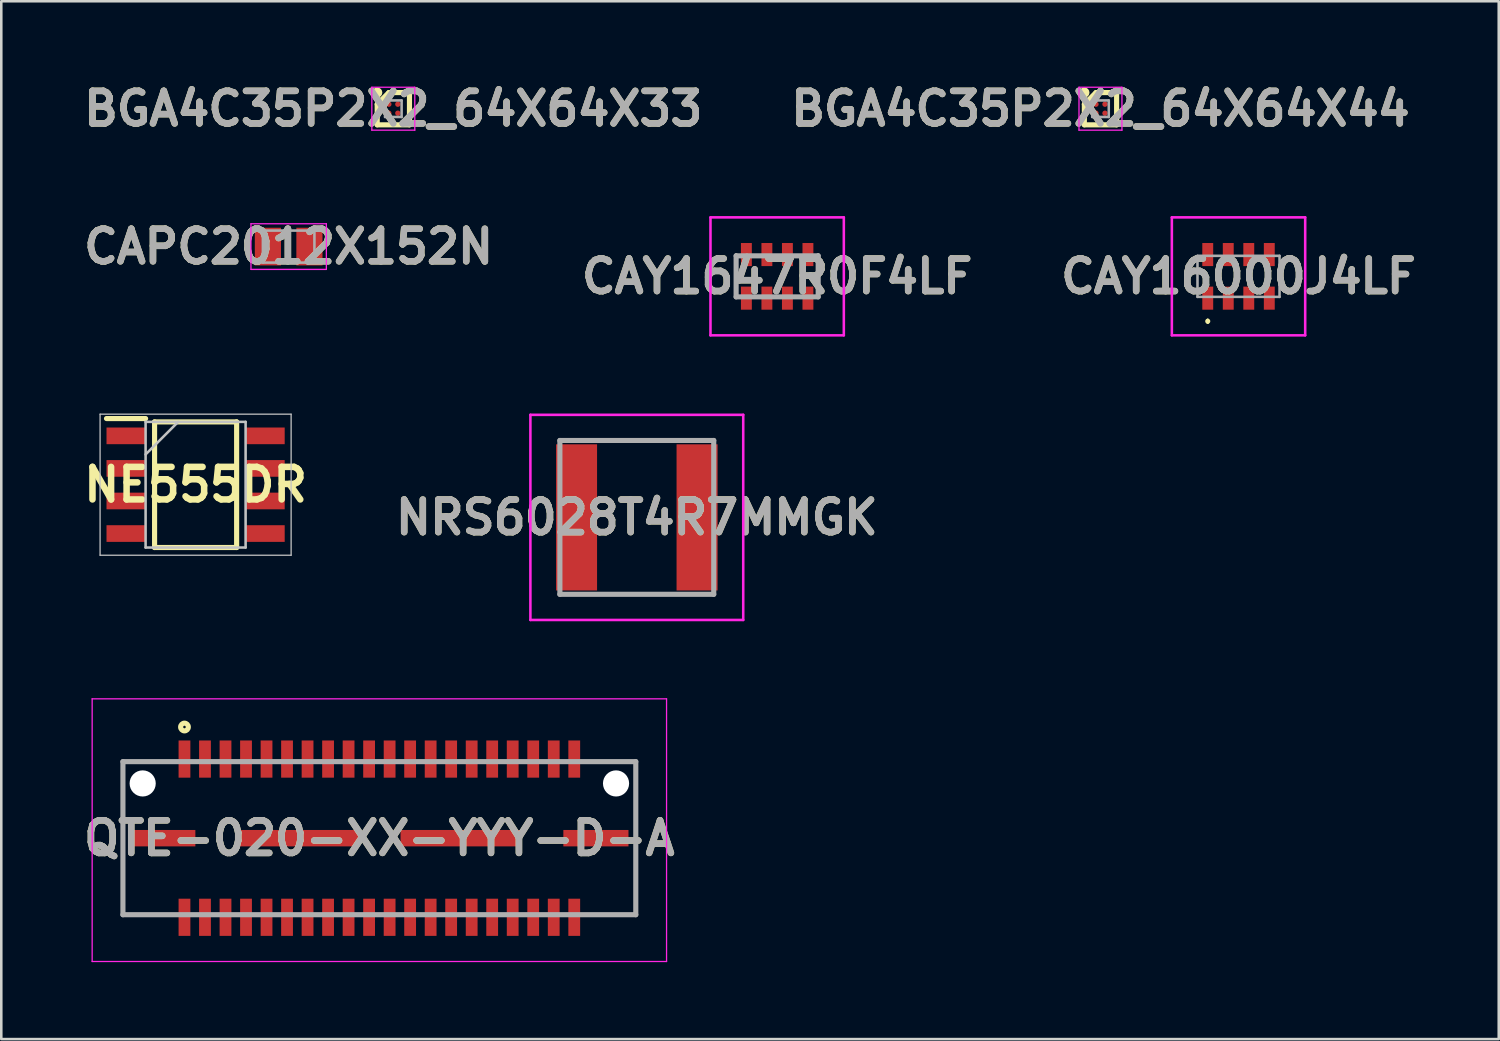
<source format=kicad_pcb>
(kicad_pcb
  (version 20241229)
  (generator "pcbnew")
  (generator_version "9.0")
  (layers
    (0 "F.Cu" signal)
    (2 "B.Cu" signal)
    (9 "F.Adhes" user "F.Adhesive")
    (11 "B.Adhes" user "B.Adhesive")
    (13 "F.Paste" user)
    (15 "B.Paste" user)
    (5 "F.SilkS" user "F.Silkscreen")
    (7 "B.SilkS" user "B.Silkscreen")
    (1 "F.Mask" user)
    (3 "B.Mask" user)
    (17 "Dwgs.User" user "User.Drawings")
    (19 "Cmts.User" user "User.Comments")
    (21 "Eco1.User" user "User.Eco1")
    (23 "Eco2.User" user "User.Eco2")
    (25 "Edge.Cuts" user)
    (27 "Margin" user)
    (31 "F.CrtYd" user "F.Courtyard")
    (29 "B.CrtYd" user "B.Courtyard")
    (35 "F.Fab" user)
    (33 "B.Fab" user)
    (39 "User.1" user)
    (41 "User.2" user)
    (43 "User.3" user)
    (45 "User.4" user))
  (footprint "CAY16000J4LF"
    (layer "F.Cu")
    (at 45.249 7.727)
    (property "Reference" "CAY16000J4LF" (at 0 0 0) (layer "F.SilkS") (effects (font (size 1.27 1.27) (thickness 0.254))))
    (attr smd)
    (fp_line (start -1.2 1.7) (end -1.2 1.7) (stroke (width 0.1) (type solid)) (layer "F.SilkS"))
    (fp_line (start -1.2 1.8) (end -1.2 1.8) (stroke (width 0.1) (type solid)) (layer "F.SilkS"))
    (fp_arc (start -1.2 1.7) (mid -1.15 1.75) (end -1.2 1.8) (stroke (width 0.1) (type solid)) (layer "F.SilkS"))
    (fp_arc (start -1.2 1.8) (mid -1.25 1.75) (end -1.2 1.7) (stroke (width 0.1) (type solid)) (layer "F.SilkS"))
    (fp_line (start -2.6 -2.3) (end 2.6 -2.3) (stroke (width 0.1) (type solid)) (layer "F.CrtYd"))
    (fp_line (start -2.6 2.3) (end -2.6 -2.3) (stroke (width 0.1) (type solid)) (layer "F.CrtYd"))
    (fp_line (start 2.6 -2.3) (end 2.6 2.3) (stroke (width 0.1) (type solid)) (layer "F.CrtYd"))
    (fp_line (start 2.6 2.3) (end -2.6 2.3) (stroke (width 0.1) (type solid)) (layer "F.CrtYd"))
    (fp_line (start -1.6 -0.8) (end -1.6 0.8) (stroke (width 0.1) (type solid)) (layer "F.Fab"))
    (fp_line (start -1.6 0.8) (end 1.6 0.8) (stroke (width 0.1) (type solid)) (layer "F.Fab"))
    (fp_line (start 1.6 -0.8) (end -1.6 -0.8) (stroke (width 0.1) (type solid)) (layer "F.Fab"))
    (fp_line (start 1.6 0.8) (end 1.6 -0.8) (stroke (width 0.1) (type solid)) (layer "F.Fab"))
    (fp_text user "${REFERENCE}" (at 0 0 0) (layer "F.Fab") (effects (font (size 1.27 1.27) (thickness 0.254))))
    (pad "1" smd rect (at -1.2 0.85) (size 0.425 0.9) (layers "F.Cu" "F.Mask" "F.Paste"))
    (pad "2" smd rect (at -0.4 0.85) (size 0.425 0.9) (layers "F.Cu" "F.Mask" "F.Paste"))
    (pad "3" smd rect (at 0.4 0.85) (size 0.425 0.9) (layers "F.Cu" "F.Mask" "F.Paste"))
    (pad "4" smd rect (at 1.2 0.85) (size 0.425 0.9) (layers "F.Cu" "F.Mask" "F.Paste"))
    (pad "5" smd rect (at 1.2 -0.85) (size 0.425 0.9) (layers "F.Cu" "F.Mask" "F.Paste"))
    (pad "6" smd rect (at 0.4 -0.85) (size 0.425 0.9) (layers "F.Cu" "F.Mask" "F.Paste"))
    (pad "7" smd rect (at -0.4 -0.85) (size 0.425 0.9) (layers "F.Cu" "F.Mask" "F.Paste"))
    (pad "8" smd rect (at -1.2 -0.85) (size 0.425 0.9) (layers "F.Cu" "F.Mask" "F.Paste")))
  (footprint "BGA4C35P2X2_64X64X44"
    (layer "F.Cu")
    (at 39.866 1.189)
    (property "Reference" "BGA4C35P2X2_64X64X44" (at 0 0 0) (layer "F.SilkS") (effects (font (size 1.27 1.27) (thickness 0.254))))
    (attr smd)
    (fp_line (start -0.629 -0.175) (end -0.175 -0.629) (stroke (width 0.2) (type solid)) (layer "F.SilkS"))
    (fp_line (start -0.629 0.629) (end -0.629 -0.175) (stroke (width 0.2) (type solid)) (layer "F.SilkS"))
    (fp_line (start -0.175 -0.629) (end 0.629 -0.629) (stroke (width 0.2) (type solid)) (layer "F.SilkS"))
    (fp_line (start 0.629 -0.629) (end 0.629 0.629) (stroke (width 0.2) (type solid)) (layer "F.SilkS"))
    (fp_line (start 0.629 0.629) (end -0.629 0.629) (stroke (width 0.2) (type solid)) (layer "F.SilkS"))
    (fp_circle (center -0.629 -0.629) (end -0.629 -0.529) (stroke (width 0.2) (type solid)) (fill no) (layer "F.SilkS"))
    (fp_line (start -0.838 -0.838) (end 0.837 -0.838) (stroke (width 0.05) (type solid)) (layer "F.CrtYd"))
    (fp_line (start -0.838 0.837) (end -0.838 -0.838) (stroke (width 0.05) (type solid)) (layer "F.CrtYd"))
    (fp_line (start 0.837 -0.838) (end 0.837 0.837) (stroke (width 0.05) (type solid)) (layer "F.CrtYd"))
    (fp_line (start 0.837 0.837) (end -0.838 0.837) (stroke (width 0.05) (type solid)) (layer "F.CrtYd"))
    (fp_line (start -0.322 -0.322) (end 0.323 -0.322) (stroke (width 0.1) (type solid)) (layer "F.Fab"))
    (fp_line (start -0.322 -0.154) (end -0.153 -0.323) (stroke (width 0.1) (type solid)) (layer "F.Fab"))
    (fp_line (start -0.322 0.323) (end -0.322 -0.322) (stroke (width 0.1) (type solid)) (layer "F.Fab"))
    (fp_line (start 0.323 -0.322) (end 0.323 0.323) (stroke (width 0.1) (type solid)) (layer "F.Fab"))
    (fp_line (start 0.323 0.323) (end -0.322 0.323) (stroke (width 0.1) (type solid)) (layer "F.Fab"))
    (fp_text user "${REFERENCE}" (at 0 0 0) (layer "F.Fab") (effects (font (size 1.27 1.27) (thickness 0.254))))
    (pad "A1" smd circle (at -0.175 -0.175 90) (size 0.208 0.208) (layers "F.Cu" "F.Mask" "F.Paste"))
    (pad "A2" smd circle (at 0.175 -0.175 90) (size 0.208 0.208) (layers "F.Cu" "F.Mask" "F.Paste"))
    (pad "B1" smd circle (at -0.175 0.175 90) (size 0.208 0.208) (layers "F.Cu" "F.Mask" "F.Paste"))
    (pad "B2" smd circle (at 0.175 0.175 90) (size 0.208 0.208) (layers "F.Cu" "F.Mask" "F.Paste")))
  (footprint "QTE-020-XX-YYY-D-A"
    (layer "F.Cu")
    (at 11.744 29.637)
    (property "Reference" "QTE-020-XX-YYY-D-A" (at 0 0 0) (layer "F.SilkS") (effects (font (size 1.27 1.27) (thickness 0.254))))
    (attr through_hole)
    (fp_line (start -10 2.985) (end -10 -2.985) (stroke (width 0.1) (type solid)) (layer "F.SilkS"))
    (fp_line (start 10 -2.985) (end 10 2.985) (stroke (width 0.1) (type solid)) (layer "F.SilkS"))
    (fp_circle (center -7.6 -4.335) (end -7.6 -4.285) (stroke (width 0.2) (type solid)) (fill no) (layer "F.SilkS"))
    (fp_line (start -11.2 -5.435) (end 11.2 -5.435) (stroke (width 0.05) (type solid)) (layer "F.CrtYd"))
    (fp_line (start -11.2 4.81) (end -11.2 -5.435) (stroke (width 0.05) (type solid)) (layer "F.CrtYd"))
    (fp_line (start 11.2 -5.435) (end 11.2 4.81) (stroke (width 0.05) (type solid)) (layer "F.CrtYd"))
    (fp_line (start 11.2 4.81) (end -11.2 4.81) (stroke (width 0.05) (type solid)) (layer "F.CrtYd"))
    (fp_line (start -10 -2.985) (end 10 -2.985) (stroke (width 0.2) (type solid)) (layer "F.Fab"))
    (fp_line (start -10 2.985) (end -10 -2.985) (stroke (width 0.2) (type solid)) (layer "F.Fab"))
    (fp_line (start 10 -2.985) (end 10 2.985) (stroke (width 0.2) (type solid)) (layer "F.Fab"))
    (fp_line (start 10 2.985) (end -10 2.985) (stroke (width 0.2) (type solid)) (layer "F.Fab"))
    (fp_text user "${REFERENCE}" (at 0 0 0) (layer "F.Fab") (effects (font (size 1.27 1.27) (thickness 0.254))))
    (pad "" np_thru_hole circle (at -9.23 -2.135) (size 1.02 1.02) (drill 1.02) (layers "*.Cu" "*.Mask"))
    (pad "" np_thru_hole circle (at 9.23 -2.135) (size 1.02 1.02) (drill 1.02) (layers "*.Cu" "*.Mask"))
    (pad "1" smd rect (at -7.6 -3.085) (size 0.46 1.45) (layers "F.Cu" "F.Mask" "F.Paste"))
    (pad "2" smd rect (at -7.6 3.085) (size 0.46 1.45) (layers "F.Cu" "F.Mask" "F.Paste"))
    (pad "3" smd rect (at -6.8 -3.085) (size 0.46 1.45) (layers "F.Cu" "F.Mask" "F.Paste"))
    (pad "4" smd rect (at -6.8 3.085) (size 0.46 1.45) (layers "F.Cu" "F.Mask" "F.Paste"))
    (pad "5" smd rect (at -6 -3.085) (size 0.46 1.45) (layers "F.Cu" "F.Mask" "F.Paste"))
    (pad "6" smd rect (at -6 3.085) (size 0.46 1.45) (layers "F.Cu" "F.Mask" "F.Paste"))
    (pad "7" smd rect (at -5.2 -3.085) (size 0.46 1.45) (layers "F.Cu" "F.Mask" "F.Paste"))
    (pad "8" smd rect (at -5.2 3.085) (size 0.46 1.45) (layers "F.Cu" "F.Mask" "F.Paste"))
    (pad "9" smd rect (at -4.4 -3.085) (size 0.46 1.45) (layers "F.Cu" "F.Mask" "F.Paste"))
    (pad "10" smd rect (at -4.4 3.085) (size 0.46 1.45) (layers "F.Cu" "F.Mask" "F.Paste"))
    (pad "11" smd rect (at -3.6 -3.085) (size 0.46 1.45) (layers "F.Cu" "F.Mask" "F.Paste"))
    (pad "12" smd rect (at -3.6 3.085) (size 0.46 1.45) (layers "F.Cu" "F.Mask" "F.Paste"))
    (pad "13" smd rect (at -2.8 -3.085) (size 0.46 1.45) (layers "F.Cu" "F.Mask" "F.Paste"))
    (pad "14" smd rect (at -2.8 3.085) (size 0.46 1.45) (layers "F.Cu" "F.Mask" "F.Paste"))
    (pad "15" smd rect (at -2 -3.085) (size 0.46 1.45) (layers "F.Cu" "F.Mask" "F.Paste"))
    (pad "16" smd rect (at -2 3.085) (size 0.46 1.45) (layers "F.Cu" "F.Mask" "F.Paste"))
    (pad "17" smd rect (at -1.2 -3.085) (size 0.46 1.45) (layers "F.Cu" "F.Mask" "F.Paste"))
    (pad "18" smd rect (at -1.2 3.085) (size 0.46 1.45) (layers "F.Cu" "F.Mask" "F.Paste"))
    (pad "19" smd rect (at -0.4 -3.085) (size 0.46 1.45) (layers "F.Cu" "F.Mask" "F.Paste"))
    (pad "20" smd rect (at -0.4 3.085) (size 0.46 1.45) (layers "F.Cu" "F.Mask" "F.Paste"))
    (pad "21" smd rect (at 0.4 -3.085) (size 0.46 1.45) (layers "F.Cu" "F.Mask" "F.Paste"))
    (pad "22" smd rect (at 0.4 3.085) (size 0.46 1.45) (layers "F.Cu" "F.Mask" "F.Paste"))
    (pad "23" smd rect (at 1.2 -3.085) (size 0.46 1.45) (layers "F.Cu" "F.Mask" "F.Paste"))
    (pad "24" smd rect (at 1.2 3.085) (size 0.46 1.45) (layers "F.Cu" "F.Mask" "F.Paste"))
    (pad "25" smd rect (at 2 -3.085) (size 0.46 1.45) (layers "F.Cu" "F.Mask" "F.Paste"))
    (pad "26" smd rect (at 2 3.085) (size 0.46 1.45) (layers "F.Cu" "F.Mask" "F.Paste"))
    (pad "27" smd rect (at 2.8 -3.085) (size 0.46 1.45) (layers "F.Cu" "F.Mask" "F.Paste"))
    (pad "28" smd rect (at 2.8 3.085) (size 0.46 1.45) (layers "F.Cu" "F.Mask" "F.Paste"))
    (pad "29" smd rect (at 3.6 -3.085) (size 0.46 1.45) (layers "F.Cu" "F.Mask" "F.Paste"))
    (pad "30" smd rect (at 3.6 3.085) (size 0.46 1.45) (layers "F.Cu" "F.Mask" "F.Paste"))
    (pad "31" smd rect (at 4.4 -3.085) (size 0.46 1.45) (layers "F.Cu" "F.Mask" "F.Paste"))
    (pad "32" smd rect (at 4.4 3.085) (size 0.46 1.45) (layers "F.Cu" "F.Mask" "F.Paste"))
    (pad "33" smd rect (at 5.2 -3.085) (size 0.46 1.45) (layers "F.Cu" "F.Mask" "F.Paste"))
    (pad "34" smd rect (at 5.2 3.085) (size 0.46 1.45) (layers "F.Cu" "F.Mask" "F.Paste"))
    (pad "35" smd rect (at 6 -3.085) (size 0.46 1.45) (layers "F.Cu" "F.Mask" "F.Paste"))
    (pad "36" smd rect (at 6 3.085) (size 0.46 1.45) (layers "F.Cu" "F.Mask" "F.Paste"))
    (pad "37" smd rect (at 6.8 -3.085) (size 0.46 1.45) (layers "F.Cu" "F.Mask" "F.Paste"))
    (pad "38" smd rect (at 6.8 3.085) (size 0.46 1.45) (layers "F.Cu" "F.Mask" "F.Paste"))
    (pad "39" smd rect (at 7.6 -3.085) (size 0.46 1.45) (layers "F.Cu" "F.Mask" "F.Paste"))
    (pad "40" smd rect (at 7.6 3.085) (size 0.46 1.45) (layers "F.Cu" "F.Mask" "F.Paste"))
    (pad "41" smd rect (at -3.175 0 90) (size 0.64 4.7) (layers "F.Cu" "F.Mask" "F.Paste"))
    (pad "42" smd rect (at 3.175 0 90) (size 0.64 4.7) (layers "F.Cu" "F.Mask" "F.Paste"))
    (pad "43" smd rect (at -8.445 0 90) (size 0.64 2.54) (layers "F.Cu" "F.Mask" "F.Paste"))
    (pad "44" smd rect (at 8.445 0 90) (size 0.64 2.54) (layers "F.Cu" "F.Mask" "F.Paste")))
  (footprint "NE555DR"
    (layer "F.Cu")
    (at 4.578 15.852)
    (property "Reference" "NE555DR" (at 0 0 0) (layer "F.SilkS") (effects (font (size 1.27 1.27) (thickness 0.254))))
    (attr smd)
    (fp_line (start -3.475 -2.58) (end -1.95 -2.58) (stroke (width 0.2) (type solid)) (layer "F.SilkS"))
    (fp_line (start -1.6 -2.45) (end 1.6 -2.45) (stroke (width 0.2) (type solid)) (layer "F.SilkS"))
    (fp_line (start -1.6 2.45) (end -1.6 -2.45) (stroke (width 0.2) (type solid)) (layer "F.SilkS"))
    (fp_line (start 1.6 -2.45) (end 1.6 2.45) (stroke (width 0.2) (type solid)) (layer "F.SilkS"))
    (fp_line (start 1.6 2.45) (end -1.6 2.45) (stroke (width 0.2) (type solid)) (layer "F.SilkS"))
    (fp_line (start -3.725 -2.75) (end 3.725 -2.75) (stroke (width 0.05) (type solid)) (layer "Dwgs.User"))
    (fp_line (start -3.725 2.75) (end -3.725 -2.75) (stroke (width 0.05) (type solid)) (layer "Dwgs.User"))
    (fp_line (start -1.95 -2.45) (end 1.95 -2.45) (stroke (width 0.1) (type solid)) (layer "Dwgs.User"))
    (fp_line (start -1.95 -1.18) (end -0.68 -2.45) (stroke (width 0.1) (type solid)) (layer "Dwgs.User"))
    (fp_line (start -1.95 2.45) (end -1.95 -2.45) (stroke (width 0.1) (type solid)) (layer "Dwgs.User"))
    (fp_line (start 1.95 -2.45) (end 1.95 2.45) (stroke (width 0.1) (type solid)) (layer "Dwgs.User"))
    (fp_line (start 1.95 2.45) (end -1.95 2.45) (stroke (width 0.1) (type solid)) (layer "Dwgs.User"))
    (fp_line (start 3.725 -2.75) (end 3.725 2.75) (stroke (width 0.05) (type solid)) (layer "Dwgs.User"))
    (fp_line (start 3.725 2.75) (end -3.725 2.75) (stroke (width 0.05) (type solid)) (layer "Dwgs.User"))
    (pad "1" smd rect (at -2.712 -1.905 90) (size 0.65 1.525) (layers "F.Cu" "F.Paste"))
    (pad "2" smd rect (at -2.712 -0.635 90) (size 0.65 1.525) (layers "F.Cu" "F.Paste"))
    (pad "3" smd rect (at -2.712 0.635 90) (size 0.65 1.525) (layers "F.Cu" "F.Paste"))
    (pad "4" smd rect (at -2.712 1.905 90) (size 0.65 1.525) (layers "F.Cu" "F.Paste"))
    (pad "5" smd rect (at 2.712 1.905 90) (size 0.65 1.525) (layers "F.Cu" "F.Paste"))
    (pad "6" smd rect (at 2.712 0.635 90) (size 0.65 1.525) (layers "F.Cu" "F.Paste"))
    (pad "7" smd rect (at 2.712 -0.635 90) (size 0.65 1.525) (layers "F.Cu" "F.Paste"))
    (pad "8" smd rect (at 2.712 -1.905 90) (size 0.65 1.525) (layers "F.Cu" "F.Paste")))
  (footprint "CAY1647R0F4LF"
    (layer "F.Cu")
    (at 27.257 7.727)
    (property "Reference" "CAY1647R0F4LF" (at 0 0 0) (layer "F.SilkS") (effects (font (size 1.27 1.27) (thickness 0.254))))
    (attr smd)
    (fp_line (start -1.6 -0.85) (end -1.6 0.8) (stroke (width 0.1) (type solid)) (layer "F.SilkS"))
    (fp_line (start 1.6 -0.85) (end 1.6 0.8) (stroke (width 0.1) (type solid)) (layer "F.SilkS"))
    (fp_line (start -2.6 -2.3) (end 2.6 -2.3) (stroke (width 0.1) (type solid)) (layer "F.CrtYd"))
    (fp_line (start -2.6 2.3) (end -2.6 -2.3) (stroke (width 0.1) (type solid)) (layer "F.CrtYd"))
    (fp_line (start 2.6 -2.3) (end 2.6 2.3) (stroke (width 0.1) (type solid)) (layer "F.CrtYd"))
    (fp_line (start 2.6 2.3) (end -2.6 2.3) (stroke (width 0.1) (type solid)) (layer "F.CrtYd"))
    (fp_line (start -1.6 -0.8) (end 1.6 -0.8) (stroke (width 0.2) (type solid)) (layer "F.Fab"))
    (fp_line (start -1.6 0.8) (end -1.6 -0.8) (stroke (width 0.2) (type solid)) (layer "F.Fab"))
    (fp_line (start 1.6 -0.8) (end 1.6 0.8) (stroke (width 0.2) (type solid)) (layer "F.Fab"))
    (fp_line (start 1.6 0.8) (end -1.6 0.8) (stroke (width 0.2) (type solid)) (layer "F.Fab"))
    (fp_text user "${REFERENCE}" (at 0 0 0) (layer "F.Fab") (effects (font (size 1.27 1.27) (thickness 0.254))))
    (pad "1" smd rect (at -1.2 0.85) (size 0.425 0.9) (layers "F.Cu" "F.Mask" "F.Paste"))
    (pad "2" smd rect (at -0.4 0.85) (size 0.425 0.9) (layers "F.Cu" "F.Mask" "F.Paste"))
    (pad "3" smd rect (at 0.4 0.85) (size 0.425 0.9) (layers "F.Cu" "F.Mask" "F.Paste"))
    (pad "4" smd rect (at 1.2 0.85) (size 0.425 0.9) (layers "F.Cu" "F.Mask" "F.Paste"))
    (pad "5" smd rect (at 1.2 -0.85) (size 0.425 0.9) (layers "F.Cu" "F.Mask" "F.Paste"))
    (pad "6" smd rect (at 0.4 -0.85) (size 0.425 0.9) (layers "F.Cu" "F.Mask" "F.Paste"))
    (pad "7" smd rect (at -0.4 -0.85) (size 0.425 0.9) (layers "F.Cu" "F.Mask" "F.Paste"))
    (pad "8" smd rect (at -1.2 -0.85) (size 0.425 0.9) (layers "F.Cu" "F.Mask" "F.Paste")))
  (footprint "BGA4C35P2X2_64X64X33"
    (layer "F.Cu")
    (at 12.289 1.189)
    (property "Reference" "BGA4C35P2X2_64X64X33" (at 0 0 0) (layer "F.SilkS") (effects (font (size 1.27 1.27) (thickness 0.254))))
    (attr smd)
    (fp_line (start -0.629 -0.175) (end -0.175 -0.629) (stroke (width 0.2) (type solid)) (layer "F.SilkS"))
    (fp_line (start -0.629 0.629) (end -0.629 -0.175) (stroke (width 0.2) (type solid)) (layer "F.SilkS"))
    (fp_line (start -0.175 -0.629) (end 0.629 -0.629) (stroke (width 0.2) (type solid)) (layer "F.SilkS"))
    (fp_line (start 0.629 -0.629) (end 0.629 0.629) (stroke (width 0.2) (type solid)) (layer "F.SilkS"))
    (fp_line (start 0.629 0.629) (end -0.629 0.629) (stroke (width 0.2) (type solid)) (layer "F.SilkS"))
    (fp_circle (center -0.629 -0.629) (end -0.629 -0.529) (stroke (width 0.2) (type solid)) (fill no) (layer "F.SilkS"))
    (fp_line (start -0.838 -0.838) (end 0.837 -0.838) (stroke (width 0.05) (type solid)) (layer "F.CrtYd"))
    (fp_line (start -0.838 0.837) (end -0.838 -0.838) (stroke (width 0.05) (type solid)) (layer "F.CrtYd"))
    (fp_line (start 0.837 -0.838) (end 0.837 0.837) (stroke (width 0.05) (type solid)) (layer "F.CrtYd"))
    (fp_line (start 0.837 0.837) (end -0.838 0.837) (stroke (width 0.05) (type solid)) (layer "F.CrtYd"))
    (fp_line (start -0.322 -0.322) (end 0.323 -0.322) (stroke (width 0.1) (type solid)) (layer "F.Fab"))
    (fp_line (start -0.322 -0.154) (end -0.153 -0.323) (stroke (width 0.1) (type solid)) (layer "F.Fab"))
    (fp_line (start -0.322 0.323) (end -0.322 -0.322) (stroke (width 0.1) (type solid)) (layer "F.Fab"))
    (fp_line (start 0.323 -0.322) (end 0.323 0.323) (stroke (width 0.1) (type solid)) (layer "F.Fab"))
    (fp_line (start 0.323 0.323) (end -0.322 0.323) (stroke (width 0.1) (type solid)) (layer "F.Fab"))
    (fp_text user "${REFERENCE}" (at 0 0 0) (layer "F.Fab") (effects (font (size 1.27 1.27) (thickness 0.254))))
    (pad "A1" smd circle (at -0.175 -0.175 90) (size 0.208 0.208) (layers "F.Cu" "F.Mask" "F.Paste"))
    (pad "A2" smd circle (at 0.175 -0.175 90) (size 0.208 0.208) (layers "F.Cu" "F.Mask" "F.Paste"))
    (pad "B1" smd circle (at -0.175 0.175 90) (size 0.208 0.208) (layers "F.Cu" "F.Mask" "F.Paste"))
    (pad "B2" smd circle (at 0.175 0.175 90) (size 0.208 0.208) (layers "F.Cu" "F.Mask" "F.Paste")))
  (footprint "CAPC2012X152N"
    (layer "F.Cu")
    (at 8.207 6.566)
    (property "Reference" "CAPC2012X152N" (at 0 0 0) (layer "F.SilkS") (effects (font (size 1.27 1.27) (thickness 0.254))))
    (attr smd)
    (fp_line (start -1.47 -0.89) (end 1.47 -0.89) (stroke (width 0.05) (type solid)) (layer "F.CrtYd"))
    (fp_line (start -1.47 0.89) (end -1.47 -0.89) (stroke (width 0.05) (type solid)) (layer "F.CrtYd"))
    (fp_line (start 1.47 -0.89) (end 1.47 0.89) (stroke (width 0.05) (type solid)) (layer "F.CrtYd"))
    (fp_line (start 1.47 0.89) (end -1.47 0.89) (stroke (width 0.05) (type solid)) (layer "F.CrtYd"))
    (fp_line (start -1.005 -0.625) (end 1.005 -0.625) (stroke (width 0.1) (type solid)) (layer "F.Fab"))
    (fp_line (start -1.005 0.625) (end -1.005 -0.625) (stroke (width 0.1) (type solid)) (layer "F.Fab"))
    (fp_line (start 1.005 -0.625) (end 1.005 0.625) (stroke (width 0.1) (type solid)) (layer "F.Fab"))
    (fp_line (start 1.005 0.625) (end -1.005 0.625) (stroke (width 0.1) (type solid)) (layer "F.Fab"))
    (fp_text user "${REFERENCE}" (at 0 0 0) (layer "F.Fab") (effects (font (size 1.27 1.27) (thickness 0.254))))
    (pad "1" smd rect (at -0.81 0) (size 1.02 1.47) (layers "F.Cu" "F.Mask" "F.Paste"))
    (pad "2" smd rect (at 0.81 0) (size 1.02 1.47) (layers "F.Cu" "F.Mask" "F.Paste")))
  (footprint "NRS6028T4R7MMGK"
    (layer "F.Cu")
    (at 21.784 17.127)
    (property "Reference" "NRS6028T4R7MMGK" (at 0 0 0) (layer "F.SilkS") (effects (font (size 1.27 1.27) (thickness 0.254))))
    (attr smd)
    (fp_line (start -1 -3) (end 1 -3) (stroke (width 0.1) (type solid)) (layer "F.SilkS"))
    (fp_line (start -1 3) (end 1 3) (stroke (width 0.1) (type solid)) (layer "F.SilkS"))
    (fp_line (start -4.15 -4) (end 4.15 -4) (stroke (width 0.1) (type solid)) (layer "F.CrtYd"))
    (fp_line (start -4.15 4) (end -4.15 -4) (stroke (width 0.1) (type solid)) (layer "F.CrtYd"))
    (fp_line (start 4.15 -4) (end 4.15 4) (stroke (width 0.1) (type solid)) (layer "F.CrtYd"))
    (fp_line (start 4.15 4) (end -4.15 4) (stroke (width 0.1) (type solid)) (layer "F.CrtYd"))
    (fp_line (start -3 -3) (end 3 -3) (stroke (width 0.2) (type solid)) (layer "F.Fab"))
    (fp_line (start -3 3) (end -3 -3) (stroke (width 0.2) (type solid)) (layer "F.Fab"))
    (fp_line (start 3 -3) (end 3 3) (stroke (width 0.2) (type solid)) (layer "F.Fab"))
    (fp_line (start 3 3) (end -3 3) (stroke (width 0.2) (type solid)) (layer "F.Fab"))
    (fp_text user "${REFERENCE}" (at 0 0 0) (layer "F.Fab") (effects (font (size 1.27 1.27) (thickness 0.254))))
    (pad "1" smd rect (at -2.35 0) (size 1.6 5.7) (layers "F.Cu" "F.Mask" "F.Paste"))
    (pad "2" smd rect (at 2.35 0) (size 1.6 5.7) (layers "F.Cu" "F.Mask" "F.Paste")))
  (gr_rect
    (start -3 -3)
    (end 55.397 37.472)
    (stroke (width 0.1) (type default))
    (fill no)
    (layer "Edge.Cuts")))
</source>
